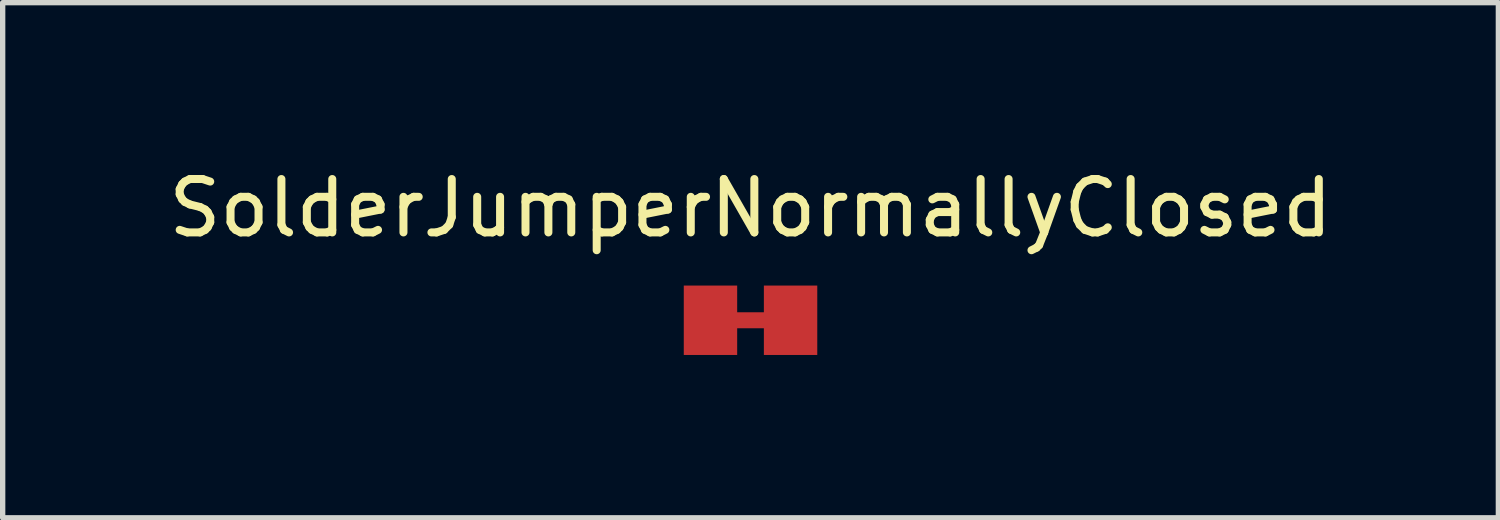
<source format=kicad_pcb>
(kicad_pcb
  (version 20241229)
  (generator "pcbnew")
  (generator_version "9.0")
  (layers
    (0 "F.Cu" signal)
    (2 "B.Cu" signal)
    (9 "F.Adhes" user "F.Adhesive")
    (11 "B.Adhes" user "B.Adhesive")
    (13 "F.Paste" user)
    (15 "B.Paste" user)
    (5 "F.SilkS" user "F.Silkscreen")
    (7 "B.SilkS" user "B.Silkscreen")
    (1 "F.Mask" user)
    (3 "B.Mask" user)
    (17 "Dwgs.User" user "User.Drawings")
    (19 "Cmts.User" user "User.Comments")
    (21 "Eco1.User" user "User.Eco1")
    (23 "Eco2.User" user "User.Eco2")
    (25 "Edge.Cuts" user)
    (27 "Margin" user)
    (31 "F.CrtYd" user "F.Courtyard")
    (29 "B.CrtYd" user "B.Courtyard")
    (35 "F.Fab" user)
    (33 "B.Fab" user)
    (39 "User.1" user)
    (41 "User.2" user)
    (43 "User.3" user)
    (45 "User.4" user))
  (footprint "SolderJumperNormallyClosed"
    (layer "F.Cu")
    (at 11.006 2.948)
    (property "Reference" "SolderJumperNormallyClosed" (at 0 -2.1 0) (layer "F.SilkS") (effects (font (size 1 1) (thickness 0.15))))
    (attr smd)
    (fp_line (start -0.3 0) (end 0.3 0) (stroke (width 0.3) (type solid)) (layer "F.Cu"))
    (fp_line (start -0.25 0) (end 0.25 0) (stroke (width 1.4) (type solid)) (layer "F.Mask"))
    (pad "1" smd rect (at -0.75 0) (size 1 1.3) (layers "F.Cu" "F.Mask"))
    (pad "2" smd rect (at 0.75 0) (size 1 1.3) (layers "F.Cu" "F.Mask")))
  (gr_rect
    (start -3 -3)
    (end 25.012 6.648)
    (stroke (width 0.1) (type default))
    (fill no)
    (layer "Edge.Cuts")))
</source>
